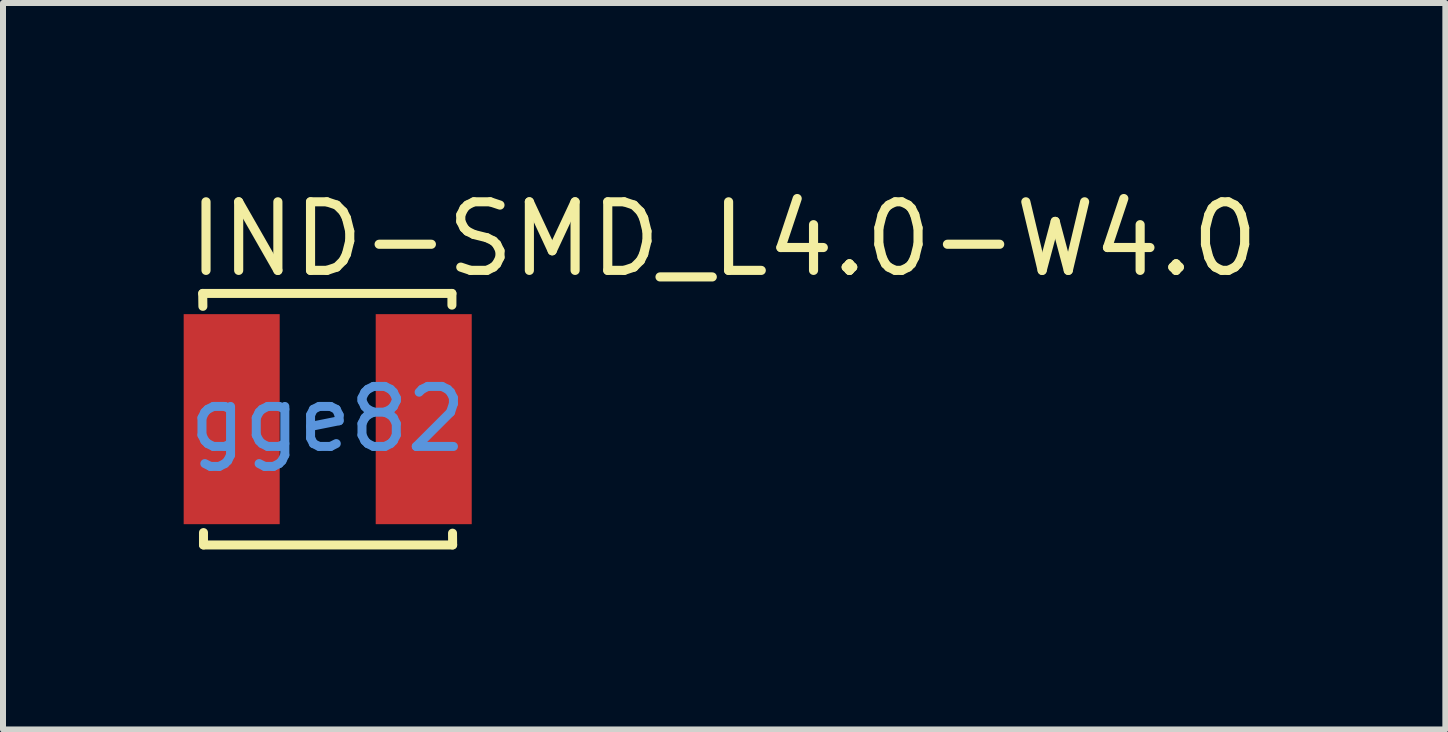
<source format=kicad_pcb>
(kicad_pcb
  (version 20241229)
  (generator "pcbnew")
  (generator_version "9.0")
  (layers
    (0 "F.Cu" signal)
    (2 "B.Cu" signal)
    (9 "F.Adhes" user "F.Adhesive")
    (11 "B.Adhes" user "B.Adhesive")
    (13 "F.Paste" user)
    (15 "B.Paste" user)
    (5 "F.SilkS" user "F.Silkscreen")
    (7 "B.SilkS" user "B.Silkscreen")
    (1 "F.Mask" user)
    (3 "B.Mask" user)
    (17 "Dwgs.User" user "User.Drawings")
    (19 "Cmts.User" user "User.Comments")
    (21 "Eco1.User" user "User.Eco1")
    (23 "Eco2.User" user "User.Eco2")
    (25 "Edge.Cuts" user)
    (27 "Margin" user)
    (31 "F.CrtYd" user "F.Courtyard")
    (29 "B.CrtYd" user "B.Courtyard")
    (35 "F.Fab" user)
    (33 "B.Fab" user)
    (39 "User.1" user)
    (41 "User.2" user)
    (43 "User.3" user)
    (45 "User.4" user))
  (footprint "IND-SMD_L4.0-W4.0"
    (layer "F.Cu")
    (at 2.411 3.935)
    (property "Reference" "IND-SMD_L4.0-W4.0" (at -2.4 -3 0) (layer "F.SilkS") (effects (font (size 1.143 1.143) (thickness 0.152)) (justify left)))
    (attr smd)
    (fp_line (start -2.083 -2.095) (end -2.08 -1.88) (stroke (width 0.15) (type solid)) (layer "F.SilkS"))
    (fp_line (start -2.07 1.89) (end -2.07 2.096) (stroke (width 0.15) (type solid)) (layer "F.SilkS"))
    (fp_line (start -2.07 2.096) (end 2.082 2.096) (stroke (width 0.15) (type solid)) (layer "F.SilkS"))
    (fp_line (start 2.07 -2.095) (end -2.083 -2.095) (stroke (width 0.15) (type solid)) (layer "F.SilkS"))
    (fp_line (start 2.07 -1.9) (end 2.07 -2.095) (stroke (width 0.15) (type solid)) (layer "F.SilkS"))
    (fp_line (start 2.082 2.096) (end 2.08 1.9) (stroke (width 0.15) (type solid)) (layer "F.SilkS"))
    (fp_text user "gge82" (at 0 0 0) (layer "Cmts.User") (effects (font (size 1 1) (thickness 0.15))))
    (pad "1" smd rect (at -1.6 0) (size 1.6 3.5) (layers "F.Cu" "F.Mask" "F.Paste"))
    (pad "2" smd rect (at 1.6 0) (size 1.6 3.5) (layers "F.Cu" "F.Mask" "F.Paste")))
  (gr_rect
    (start -3 -3)
    (end 21.036 9.106)
    (stroke (width 0.1) (type default))
    (fill no)
    (layer "Edge.Cuts")))
</source>
